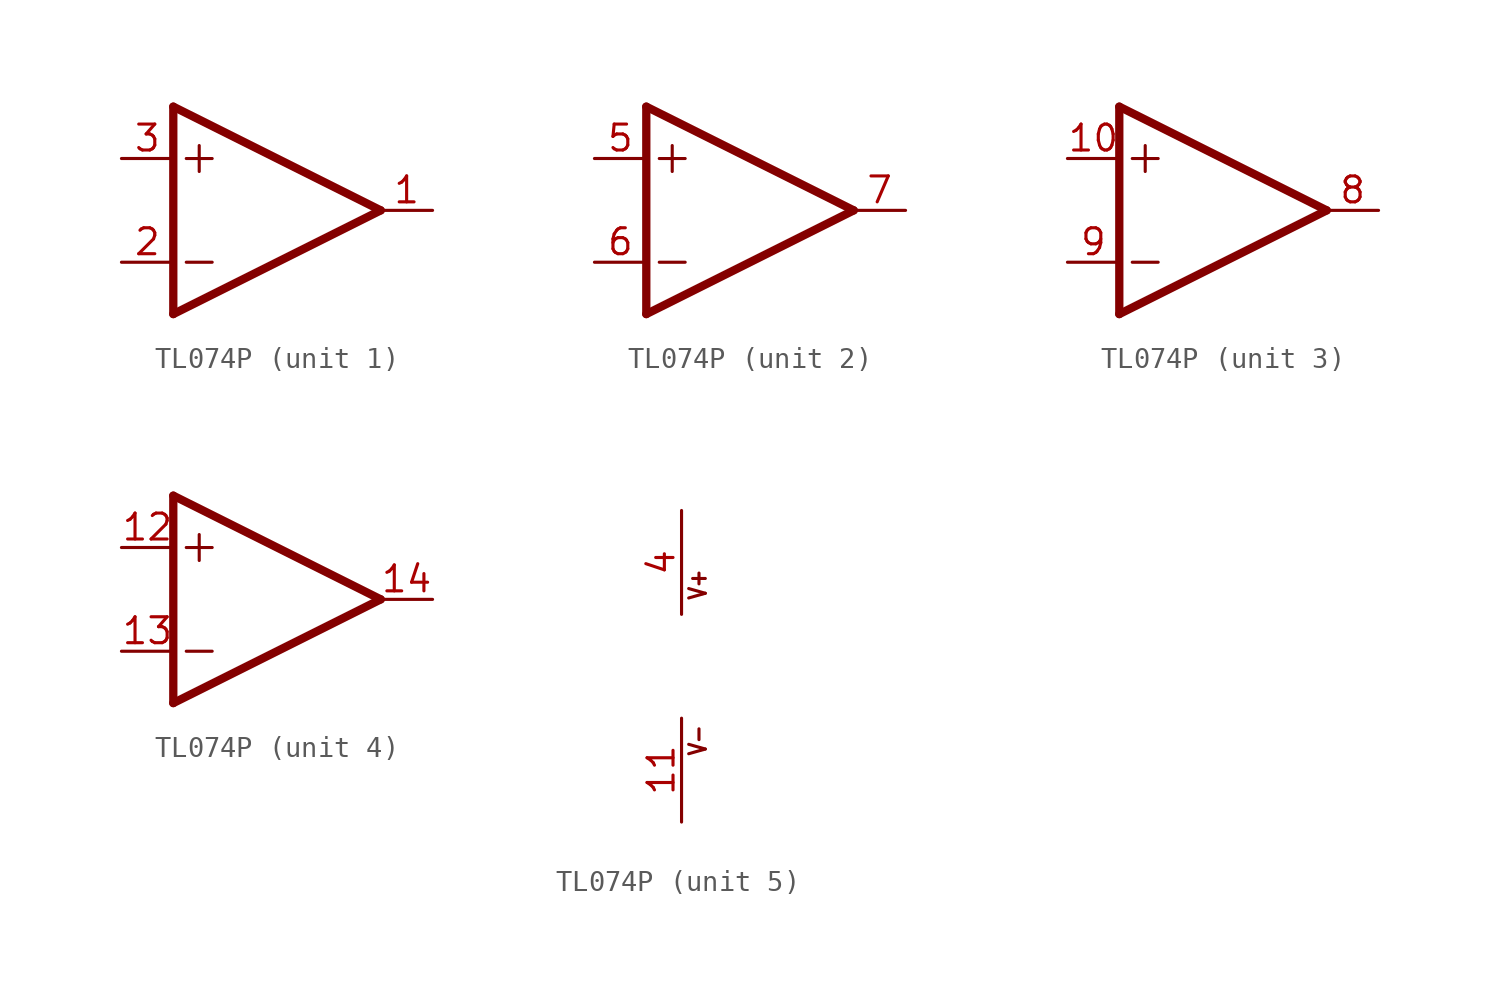
<source format=kicad_sym>
(kicad_symbol_lib
  (version 20211014)
  (generator kicad_symbol_editor)
  (symbol "TL074P"
    (property "Reference" "IC"
      (at 2.54 3.175 0)
      (effects (font (size 1.778 1.511)) (justify left bottom) hide))
    (property "ki_locked" ""
      (at 0 0 0)
      (effects (font (size 1.27 1.27))))
    (symbol "TL074P_1_0"
      (polyline (pts (xy -5.08 -5.08) (xy 5.08 0)) (stroke (width 0.406) (type default) (color 0 0 0 0)) (fill (type none)))
      (polyline (pts (xy -5.08 5.08) (xy -5.08 -5.08)) (stroke (width 0.406) (type default) (color 0 0 0 0)) (fill (type none)))
      (polyline (pts (xy -4.445 -2.54) (xy -3.175 -2.54)) (stroke (width 0.152) (type default) (color 0 0 0 0)) (fill (type none)))
      (polyline (pts (xy -4.445 2.54) (xy -3.175 2.54)) (stroke (width 0.152) (type default) (color 0 0 0 0)) (fill (type none)))
      (polyline (pts (xy -3.81 3.175) (xy -3.81 1.905)) (stroke (width 0.152) (type default) (color 0 0 0 0)) (fill (type none)))
      (polyline (pts (xy 5.08 0) (xy -5.08 5.08)) (stroke (width 0.406) (type default) (color 0 0 0 0)) (fill (type none)))
      (pin output line (at 7.62 0 180) (length 2.54) (name "OUT" (effects (font (size 0 0)))) (number "1" (effects (font (size 1.27 1.27)))))
      (pin input line (at -7.62 -2.54 0) (length 2.54) (name "-IN" (effects (font (size 0 0)))) (number "2" (effects (font (size 1.27 1.27)))))
      (pin input line (at -7.62 2.54 0) (length 2.54) (name "+IN" (effects (font (size 0 0)))) (number "3" (effects (font (size 1.27 1.27))))))
    (symbol "TL074P_2_0"
      (polyline (pts (xy -5.08 -5.08) (xy 5.08 0)) (stroke (width 0.406) (type default) (color 0 0 0 0)) (fill (type none)))
      (polyline (pts (xy -5.08 5.08) (xy -5.08 -5.08)) (stroke (width 0.406) (type default) (color 0 0 0 0)) (fill (type none)))
      (polyline (pts (xy -4.445 -2.54) (xy -3.175 -2.54)) (stroke (width 0.152) (type default) (color 0 0 0 0)) (fill (type none)))
      (polyline (pts (xy -4.445 2.54) (xy -3.175 2.54)) (stroke (width 0.152) (type default) (color 0 0 0 0)) (fill (type none)))
      (polyline (pts (xy -3.81 3.175) (xy -3.81 1.905)) (stroke (width 0.152) (type default) (color 0 0 0 0)) (fill (type none)))
      (polyline (pts (xy 5.08 0) (xy -5.08 5.08)) (stroke (width 0.406) (type default) (color 0 0 0 0)) (fill (type none)))
      (pin input line (at -7.62 2.54 0) (length 2.54) (name "+IN" (effects (font (size 0 0)))) (number "5" (effects (font (size 1.27 1.27)))))
      (pin input line (at -7.62 -2.54 0) (length 2.54) (name "-IN" (effects (font (size 0 0)))) (number "6" (effects (font (size 1.27 1.27)))))
      (pin output line (at 7.62 0 180) (length 2.54) (name "OUT" (effects (font (size 0 0)))) (number "7" (effects (font (size 1.27 1.27))))))
    (symbol "TL074P_3_0"
      (polyline (pts (xy -5.08 -5.08) (xy 5.08 0)) (stroke (width 0.406) (type default) (color 0 0 0 0)) (fill (type none)))
      (polyline (pts (xy -5.08 5.08) (xy -5.08 -5.08)) (stroke (width 0.406) (type default) (color 0 0 0 0)) (fill (type none)))
      (polyline (pts (xy -4.445 -2.54) (xy -3.175 -2.54)) (stroke (width 0.152) (type default) (color 0 0 0 0)) (fill (type none)))
      (polyline (pts (xy -4.445 2.54) (xy -3.175 2.54)) (stroke (width 0.152) (type default) (color 0 0 0 0)) (fill (type none)))
      (polyline (pts (xy -3.81 3.175) (xy -3.81 1.905)) (stroke (width 0.152) (type default) (color 0 0 0 0)) (fill (type none)))
      (polyline (pts (xy 5.08 0) (xy -5.08 5.08)) (stroke (width 0.406) (type default) (color 0 0 0 0)) (fill (type none)))
      (pin input line (at -7.62 2.54 0) (length 2.54) (name "+IN" (effects (font (size 0 0)))) (number "10" (effects (font (size 1.27 1.27)))))
      (pin output line (at 7.62 0 180) (length 2.54) (name "OUT" (effects (font (size 0 0)))) (number "8" (effects (font (size 1.27 1.27)))))
      (pin input line (at -7.62 -2.54 0) (length 2.54) (name "-IN" (effects (font (size 0 0)))) (number "9" (effects (font (size 1.27 1.27))))))
    (symbol "TL074P_4_0"
      (polyline (pts (xy -5.08 -5.08) (xy 5.08 0)) (stroke (width 0.406) (type default) (color 0 0 0 0)) (fill (type none)))
      (polyline (pts (xy -5.08 5.08) (xy -5.08 -5.08)) (stroke (width 0.406) (type default) (color 0 0 0 0)) (fill (type none)))
      (polyline (pts (xy -4.445 -2.54) (xy -3.175 -2.54)) (stroke (width 0.152) (type default) (color 0 0 0 0)) (fill (type none)))
      (polyline (pts (xy -4.445 2.54) (xy -3.175 2.54)) (stroke (width 0.152) (type default) (color 0 0 0 0)) (fill (type none)))
      (polyline (pts (xy -3.81 3.175) (xy -3.81 1.905)) (stroke (width 0.152) (type default) (color 0 0 0 0)) (fill (type none)))
      (polyline (pts (xy 5.08 0) (xy -5.08 5.08)) (stroke (width 0.406) (type default) (color 0 0 0 0)) (fill (type none)))
      (pin input line (at -7.62 2.54 0) (length 2.54) (name "+IN" (effects (font (size 0 0)))) (number "12" (effects (font (size 1.27 1.27)))))
      (pin input line (at -7.62 -2.54 0) (length 2.54) (name "-IN" (effects (font (size 0 0)))) (number "13" (effects (font (size 1.27 1.27)))))
      (pin output line (at 7.62 0 180) (length 2.54) (name "OUT" (effects (font (size 0 0)))) (number "14" (effects (font (size 1.27 1.27))))))
    (symbol "TL074P_5_0"
      (text "V+" (at 1.27 3.175 900) (effects (font (size 0.813 0.691)) (justify left bottom)))
      (text "V-" (at 1.27 -4.445 900) (effects (font (size 0.813 0.691)) (justify left bottom)))
      (pin power_in line (at 0 -7.62 90) (length 5.08) (name "V-" (effects (font (size 0 0)))) (number "11" (effects (font (size 1.27 1.27)))))
      (pin power_in line (at 0 7.62 270) (length 5.08) (name "V+" (effects (font (size 0 0)))) (number "4" (effects (font (size 1.27 1.27))))))))
</source>
